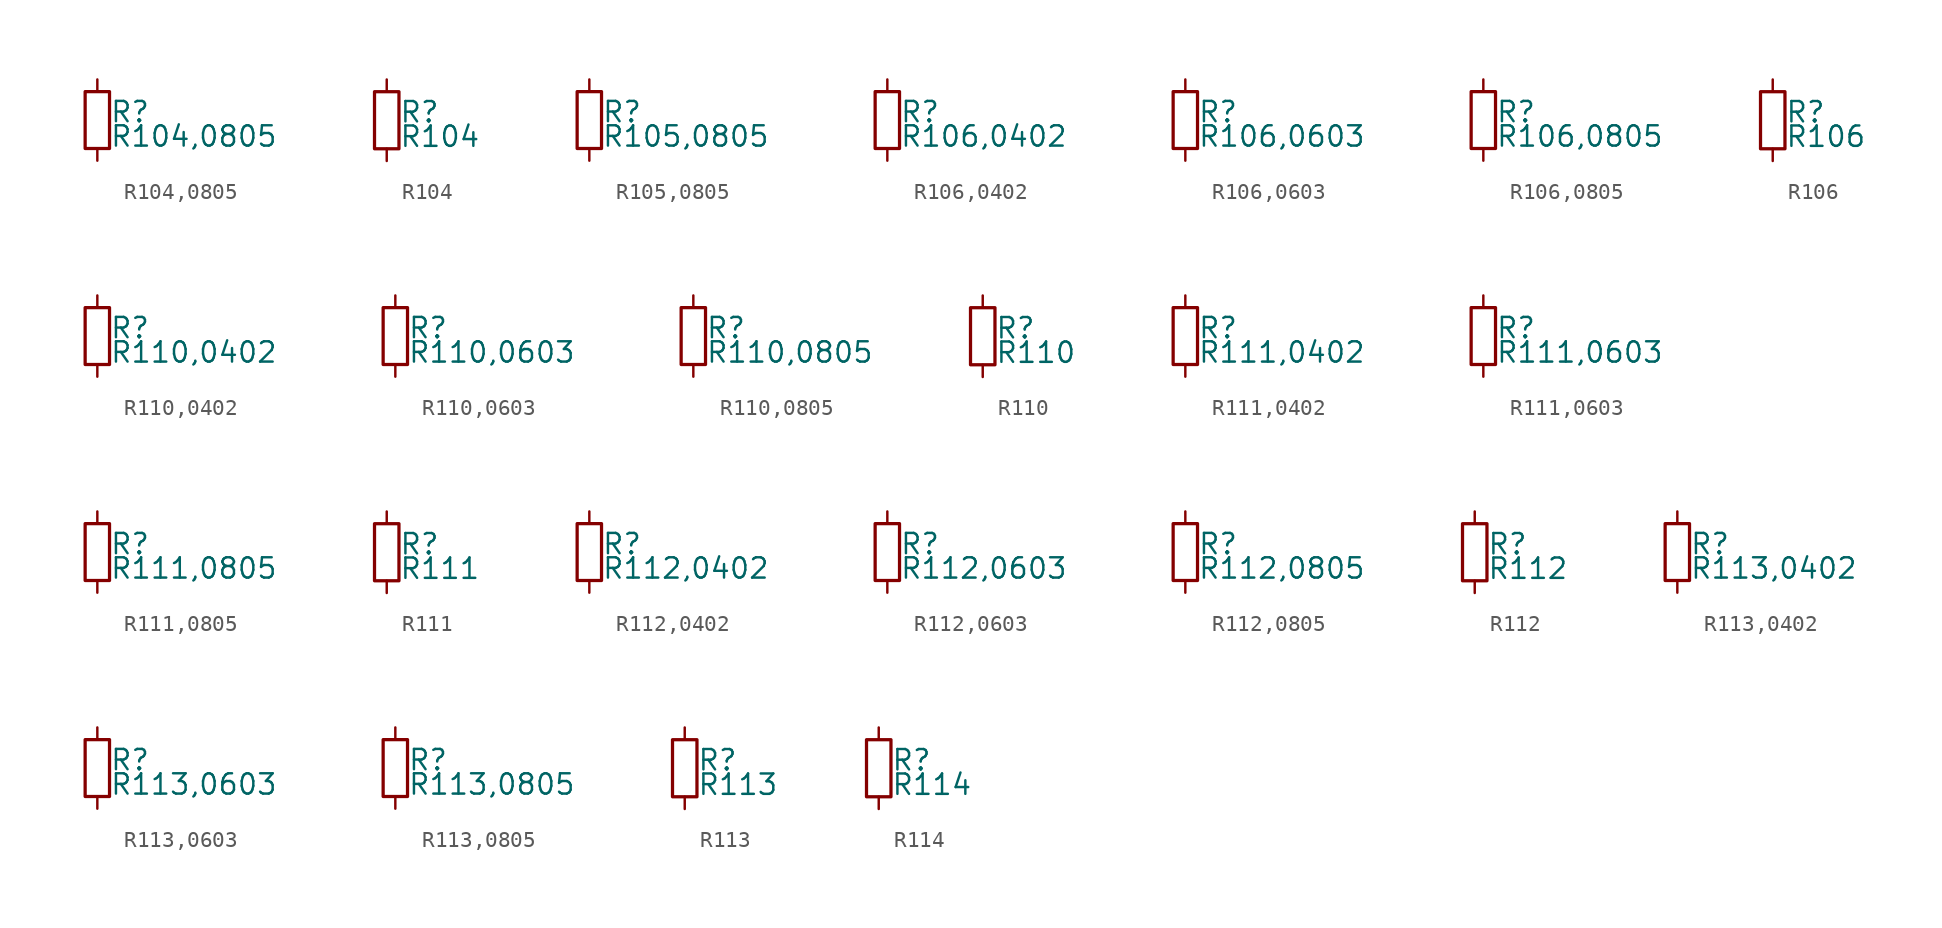
<source format=kicad_sym>
(kicad_symbol_lib
  (version 20211014)
  (generator kicad_symbol_editor)
  (symbol "R104,0805"
    (pin_numbers hide)
    (pin_names
      (offset 0.254) hide)
    (property "Reference" "R"
      (at 0.762 0.508 0)
      (effects (font (size 1.27 1.27)) (justify left)))
    (property "Value" "R104,0805"
      (at 0.762 -1.016 0)
      (effects (font (size 1.27 1.27)) (justify left)))
    (symbol "R104,0805_0_1"
      (rectangle (start -0.762 1.778) (end 0.762 -1.778) (stroke (width 0.203) (type default) (color 0 0 0 0)) (fill (type none))))
    (symbol "R104,0805_1_1"
      (pin passive line (at 0 2.54 270) (length 0.762) (name "~" (effects (font (size 1.27 1.27)))) (number "1" (effects (font (size 1.27 1.27)))))
      (pin passive line (at 0 -2.54 90) (length 0.762) (name "~" (effects (font (size 1.27 1.27)))) (number "2" (effects (font (size 1.27 1.27)))))))
  (symbol "R104"
    (pin_numbers hide)
    (pin_names
      (offset 0.254) hide)
    (property "Reference" "R"
      (at 0.762 0.508 0)
      (effects (font (size 1.27 1.27)) (justify left)))
    (property "Value" "R104"
      (at 0.762 -1.016 0)
      (effects (font (size 1.27 1.27)) (justify left)))
    (symbol "R104_0_1"
      (rectangle (start -0.762 1.778) (end 0.762 -1.778) (stroke (width 0.203) (type default) (color 0 0 0 0)) (fill (type none))))
    (symbol "R104_1_1"
      (pin passive line (at 0 2.54 270) (length 0.762) (name "~" (effects (font (size 1.27 1.27)))) (number "1" (effects (font (size 1.27 1.27)))))
      (pin passive line (at 0 -2.54 90) (length 0.762) (name "~" (effects (font (size 1.27 1.27)))) (number "2" (effects (font (size 1.27 1.27)))))))
  (symbol "R105,0805"
    (pin_numbers hide)
    (pin_names
      (offset 0.254) hide)
    (property "Reference" "R"
      (at 0.762 0.508 0)
      (effects (font (size 1.27 1.27)) (justify left)))
    (property "Value" "R105,0805"
      (at 0.762 -1.016 0)
      (effects (font (size 1.27 1.27)) (justify left)))
    (symbol "R105,0805_0_1"
      (rectangle (start -0.762 1.778) (end 0.762 -1.778) (stroke (width 0.203) (type default) (color 0 0 0 0)) (fill (type none))))
    (symbol "R105,0805_1_1"
      (pin passive line (at 0 2.54 270) (length 0.762) (name "~" (effects (font (size 1.27 1.27)))) (number "1" (effects (font (size 1.27 1.27)))))
      (pin passive line (at 0 -2.54 90) (length 0.762) (name "~" (effects (font (size 1.27 1.27)))) (number "2" (effects (font (size 1.27 1.27)))))))
  (symbol "R106,0402"
    (pin_numbers hide)
    (pin_names
      (offset 0.254) hide)
    (property "Reference" "R"
      (at 0.762 0.508 0)
      (effects (font (size 1.27 1.27)) (justify left)))
    (property "Value" "R106,0402"
      (at 0.762 -1.016 0)
      (effects (font (size 1.27 1.27)) (justify left)))
    (symbol "R106,0402_0_1"
      (rectangle (start -0.762 1.778) (end 0.762 -1.778) (stroke (width 0.203) (type default) (color 0 0 0 0)) (fill (type none))))
    (symbol "R106,0402_1_1"
      (pin passive line (at 0 2.54 270) (length 0.762) (name "~" (effects (font (size 1.27 1.27)))) (number "1" (effects (font (size 1.27 1.27)))))
      (pin passive line (at 0 -2.54 90) (length 0.762) (name "~" (effects (font (size 1.27 1.27)))) (number "2" (effects (font (size 1.27 1.27)))))))
  (symbol "R106,0603"
    (pin_numbers hide)
    (pin_names
      (offset 0.254) hide)
    (property "Reference" "R"
      (at 0.762 0.508 0)
      (effects (font (size 1.27 1.27)) (justify left)))
    (property "Value" "R106,0603"
      (at 0.762 -1.016 0)
      (effects (font (size 1.27 1.27)) (justify left)))
    (symbol "R106,0603_0_1"
      (rectangle (start -0.762 1.778) (end 0.762 -1.778) (stroke (width 0.203) (type default) (color 0 0 0 0)) (fill (type none))))
    (symbol "R106,0603_1_1"
      (pin passive line (at 0 2.54 270) (length 0.762) (name "~" (effects (font (size 1.27 1.27)))) (number "1" (effects (font (size 1.27 1.27)))))
      (pin passive line (at 0 -2.54 90) (length 0.762) (name "~" (effects (font (size 1.27 1.27)))) (number "2" (effects (font (size 1.27 1.27)))))))
  (symbol "R106,0805"
    (pin_numbers hide)
    (pin_names
      (offset 0.254) hide)
    (property "Reference" "R"
      (at 0.762 0.508 0)
      (effects (font (size 1.27 1.27)) (justify left)))
    (property "Value" "R106,0805"
      (at 0.762 -1.016 0)
      (effects (font (size 1.27 1.27)) (justify left)))
    (symbol "R106,0805_0_1"
      (rectangle (start -0.762 1.778) (end 0.762 -1.778) (stroke (width 0.203) (type default) (color 0 0 0 0)) (fill (type none))))
    (symbol "R106,0805_1_1"
      (pin passive line (at 0 2.54 270) (length 0.762) (name "~" (effects (font (size 1.27 1.27)))) (number "1" (effects (font (size 1.27 1.27)))))
      (pin passive line (at 0 -2.54 90) (length 0.762) (name "~" (effects (font (size 1.27 1.27)))) (number "2" (effects (font (size 1.27 1.27)))))))
  (symbol "R106"
    (pin_numbers hide)
    (pin_names
      (offset 0.254) hide)
    (property "Reference" "R"
      (at 0.762 0.508 0)
      (effects (font (size 1.27 1.27)) (justify left)))
    (property "Value" "R106"
      (at 0.762 -1.016 0)
      (effects (font (size 1.27 1.27)) (justify left)))
    (symbol "R106_0_1"
      (rectangle (start -0.762 1.778) (end 0.762 -1.778) (stroke (width 0.203) (type default) (color 0 0 0 0)) (fill (type none))))
    (symbol "R106_1_1"
      (pin passive line (at 0 2.54 270) (length 0.762) (name "~" (effects (font (size 1.27 1.27)))) (number "1" (effects (font (size 1.27 1.27)))))
      (pin passive line (at 0 -2.54 90) (length 0.762) (name "~" (effects (font (size 1.27 1.27)))) (number "2" (effects (font (size 1.27 1.27)))))))
  (symbol "R110,0402"
    (pin_numbers hide)
    (pin_names
      (offset 0.254) hide)
    (property "Reference" "R"
      (at 0.762 0.508 0)
      (effects (font (size 1.27 1.27)) (justify left)))
    (property "Value" "R110,0402"
      (at 0.762 -1.016 0)
      (effects (font (size 1.27 1.27)) (justify left)))
    (symbol "R110,0402_0_1"
      (rectangle (start -0.762 1.778) (end 0.762 -1.778) (stroke (width 0.203) (type default) (color 0 0 0 0)) (fill (type none))))
    (symbol "R110,0402_1_1"
      (pin passive line (at 0 2.54 270) (length 0.762) (name "~" (effects (font (size 1.27 1.27)))) (number "1" (effects (font (size 1.27 1.27)))))
      (pin passive line (at 0 -2.54 90) (length 0.762) (name "~" (effects (font (size 1.27 1.27)))) (number "2" (effects (font (size 1.27 1.27)))))))
  (symbol "R110,0603"
    (pin_numbers hide)
    (pin_names
      (offset 0.254) hide)
    (property "Reference" "R"
      (at 0.762 0.508 0)
      (effects (font (size 1.27 1.27)) (justify left)))
    (property "Value" "R110,0603"
      (at 0.762 -1.016 0)
      (effects (font (size 1.27 1.27)) (justify left)))
    (symbol "R110,0603_0_1"
      (rectangle (start -0.762 1.778) (end 0.762 -1.778) (stroke (width 0.203) (type default) (color 0 0 0 0)) (fill (type none))))
    (symbol "R110,0603_1_1"
      (pin passive line (at 0 2.54 270) (length 0.762) (name "~" (effects (font (size 1.27 1.27)))) (number "1" (effects (font (size 1.27 1.27)))))
      (pin passive line (at 0 -2.54 90) (length 0.762) (name "~" (effects (font (size 1.27 1.27)))) (number "2" (effects (font (size 1.27 1.27)))))))
  (symbol "R110,0805"
    (pin_numbers hide)
    (pin_names
      (offset 0.254) hide)
    (property "Reference" "R"
      (at 0.762 0.508 0)
      (effects (font (size 1.27 1.27)) (justify left)))
    (property "Value" "R110,0805"
      (at 0.762 -1.016 0)
      (effects (font (size 1.27 1.27)) (justify left)))
    (symbol "R110,0805_0_1"
      (rectangle (start -0.762 1.778) (end 0.762 -1.778) (stroke (width 0.203) (type default) (color 0 0 0 0)) (fill (type none))))
    (symbol "R110,0805_1_1"
      (pin passive line (at 0 2.54 270) (length 0.762) (name "~" (effects (font (size 1.27 1.27)))) (number "1" (effects (font (size 1.27 1.27)))))
      (pin passive line (at 0 -2.54 90) (length 0.762) (name "~" (effects (font (size 1.27 1.27)))) (number "2" (effects (font (size 1.27 1.27)))))))
  (symbol "R110"
    (pin_numbers hide)
    (pin_names
      (offset 0.254) hide)
    (property "Reference" "R"
      (at 0.762 0.508 0)
      (effects (font (size 1.27 1.27)) (justify left)))
    (property "Value" "R110"
      (at 0.762 -1.016 0)
      (effects (font (size 1.27 1.27)) (justify left)))
    (symbol "R110_0_1"
      (rectangle (start -0.762 1.778) (end 0.762 -1.778) (stroke (width 0.203) (type default) (color 0 0 0 0)) (fill (type none))))
    (symbol "R110_1_1"
      (pin passive line (at 0 2.54 270) (length 0.762) (name "~" (effects (font (size 1.27 1.27)))) (number "1" (effects (font (size 1.27 1.27)))))
      (pin passive line (at 0 -2.54 90) (length 0.762) (name "~" (effects (font (size 1.27 1.27)))) (number "2" (effects (font (size 1.27 1.27)))))))
  (symbol "R111,0402"
    (pin_numbers hide)
    (pin_names
      (offset 0.254) hide)
    (property "Reference" "R"
      (at 0.762 0.508 0)
      (effects (font (size 1.27 1.27)) (justify left)))
    (property "Value" "R111,0402"
      (at 0.762 -1.016 0)
      (effects (font (size 1.27 1.27)) (justify left)))
    (symbol "R111,0402_0_1"
      (rectangle (start -0.762 1.778) (end 0.762 -1.778) (stroke (width 0.203) (type default) (color 0 0 0 0)) (fill (type none))))
    (symbol "R111,0402_1_1"
      (pin passive line (at 0 2.54 270) (length 0.762) (name "~" (effects (font (size 1.27 1.27)))) (number "1" (effects (font (size 1.27 1.27)))))
      (pin passive line (at 0 -2.54 90) (length 0.762) (name "~" (effects (font (size 1.27 1.27)))) (number "2" (effects (font (size 1.27 1.27)))))))
  (symbol "R111,0603"
    (pin_numbers hide)
    (pin_names
      (offset 0.254) hide)
    (property "Reference" "R"
      (at 0.762 0.508 0)
      (effects (font (size 1.27 1.27)) (justify left)))
    (property "Value" "R111,0603"
      (at 0.762 -1.016 0)
      (effects (font (size 1.27 1.27)) (justify left)))
    (symbol "R111,0603_0_1"
      (rectangle (start -0.762 1.778) (end 0.762 -1.778) (stroke (width 0.203) (type default) (color 0 0 0 0)) (fill (type none))))
    (symbol "R111,0603_1_1"
      (pin passive line (at 0 2.54 270) (length 0.762) (name "~" (effects (font (size 1.27 1.27)))) (number "1" (effects (font (size 1.27 1.27)))))
      (pin passive line (at 0 -2.54 90) (length 0.762) (name "~" (effects (font (size 1.27 1.27)))) (number "2" (effects (font (size 1.27 1.27)))))))
  (symbol "R111,0805"
    (pin_numbers hide)
    (pin_names
      (offset 0.254) hide)
    (property "Reference" "R"
      (at 0.762 0.508 0)
      (effects (font (size 1.27 1.27)) (justify left)))
    (property "Value" "R111,0805"
      (at 0.762 -1.016 0)
      (effects (font (size 1.27 1.27)) (justify left)))
    (symbol "R111,0805_0_1"
      (rectangle (start -0.762 1.778) (end 0.762 -1.778) (stroke (width 0.203) (type default) (color 0 0 0 0)) (fill (type none))))
    (symbol "R111,0805_1_1"
      (pin passive line (at 0 2.54 270) (length 0.762) (name "~" (effects (font (size 1.27 1.27)))) (number "1" (effects (font (size 1.27 1.27)))))
      (pin passive line (at 0 -2.54 90) (length 0.762) (name "~" (effects (font (size 1.27 1.27)))) (number "2" (effects (font (size 1.27 1.27)))))))
  (symbol "R111"
    (pin_numbers hide)
    (pin_names
      (offset 0.254) hide)
    (property "Reference" "R"
      (at 0.762 0.508 0)
      (effects (font (size 1.27 1.27)) (justify left)))
    (property "Value" "R111"
      (at 0.762 -1.016 0)
      (effects (font (size 1.27 1.27)) (justify left)))
    (symbol "R111_0_1"
      (rectangle (start -0.762 1.778) (end 0.762 -1.778) (stroke (width 0.203) (type default) (color 0 0 0 0)) (fill (type none))))
    (symbol "R111_1_1"
      (pin passive line (at 0 2.54 270) (length 0.762) (name "~" (effects (font (size 1.27 1.27)))) (number "1" (effects (font (size 1.27 1.27)))))
      (pin passive line (at 0 -2.54 90) (length 0.762) (name "~" (effects (font (size 1.27 1.27)))) (number "2" (effects (font (size 1.27 1.27)))))))
  (symbol "R112,0402"
    (pin_numbers hide)
    (pin_names
      (offset 0.254) hide)
    (property "Reference" "R"
      (at 0.762 0.508 0)
      (effects (font (size 1.27 1.27)) (justify left)))
    (property "Value" "R112,0402"
      (at 0.762 -1.016 0)
      (effects (font (size 1.27 1.27)) (justify left)))
    (symbol "R112,0402_0_1"
      (rectangle (start -0.762 1.778) (end 0.762 -1.778) (stroke (width 0.203) (type default) (color 0 0 0 0)) (fill (type none))))
    (symbol "R112,0402_1_1"
      (pin passive line (at 0 2.54 270) (length 0.762) (name "~" (effects (font (size 1.27 1.27)))) (number "1" (effects (font (size 1.27 1.27)))))
      (pin passive line (at 0 -2.54 90) (length 0.762) (name "~" (effects (font (size 1.27 1.27)))) (number "2" (effects (font (size 1.27 1.27)))))))
  (symbol "R112,0603"
    (pin_numbers hide)
    (pin_names
      (offset 0.254) hide)
    (property "Reference" "R"
      (at 0.762 0.508 0)
      (effects (font (size 1.27 1.27)) (justify left)))
    (property "Value" "R112,0603"
      (at 0.762 -1.016 0)
      (effects (font (size 1.27 1.27)) (justify left)))
    (symbol "R112,0603_0_1"
      (rectangle (start -0.762 1.778) (end 0.762 -1.778) (stroke (width 0.203) (type default) (color 0 0 0 0)) (fill (type none))))
    (symbol "R112,0603_1_1"
      (pin passive line (at 0 2.54 270) (length 0.762) (name "~" (effects (font (size 1.27 1.27)))) (number "1" (effects (font (size 1.27 1.27)))))
      (pin passive line (at 0 -2.54 90) (length 0.762) (name "~" (effects (font (size 1.27 1.27)))) (number "2" (effects (font (size 1.27 1.27)))))))
  (symbol "R112,0805"
    (pin_numbers hide)
    (pin_names
      (offset 0.254) hide)
    (property "Reference" "R"
      (at 0.762 0.508 0)
      (effects (font (size 1.27 1.27)) (justify left)))
    (property "Value" "R112,0805"
      (at 0.762 -1.016 0)
      (effects (font (size 1.27 1.27)) (justify left)))
    (symbol "R112,0805_0_1"
      (rectangle (start -0.762 1.778) (end 0.762 -1.778) (stroke (width 0.203) (type default) (color 0 0 0 0)) (fill (type none))))
    (symbol "R112,0805_1_1"
      (pin passive line (at 0 2.54 270) (length 0.762) (name "~" (effects (font (size 1.27 1.27)))) (number "1" (effects (font (size 1.27 1.27)))))
      (pin passive line (at 0 -2.54 90) (length 0.762) (name "~" (effects (font (size 1.27 1.27)))) (number "2" (effects (font (size 1.27 1.27)))))))
  (symbol "R112"
    (pin_numbers hide)
    (pin_names
      (offset 0.254) hide)
    (property "Reference" "R"
      (at 0.762 0.508 0)
      (effects (font (size 1.27 1.27)) (justify left)))
    (property "Value" "R112"
      (at 0.762 -1.016 0)
      (effects (font (size 1.27 1.27)) (justify left)))
    (symbol "R112_0_1"
      (rectangle (start -0.762 1.778) (end 0.762 -1.778) (stroke (width 0.203) (type default) (color 0 0 0 0)) (fill (type none))))
    (symbol "R112_1_1"
      (pin passive line (at 0 2.54 270) (length 0.762) (name "~" (effects (font (size 1.27 1.27)))) (number "1" (effects (font (size 1.27 1.27)))))
      (pin passive line (at 0 -2.54 90) (length 0.762) (name "~" (effects (font (size 1.27 1.27)))) (number "2" (effects (font (size 1.27 1.27)))))))
  (symbol "R113,0402"
    (pin_numbers hide)
    (pin_names
      (offset 0.254) hide)
    (property "Reference" "R"
      (at 0.762 0.508 0)
      (effects (font (size 1.27 1.27)) (justify left)))
    (property "Value" "R113,0402"
      (at 0.762 -1.016 0)
      (effects (font (size 1.27 1.27)) (justify left)))
    (symbol "R113,0402_0_1"
      (rectangle (start -0.762 1.778) (end 0.762 -1.778) (stroke (width 0.203) (type default) (color 0 0 0 0)) (fill (type none))))
    (symbol "R113,0402_1_1"
      (pin passive line (at 0 2.54 270) (length 0.762) (name "~" (effects (font (size 1.27 1.27)))) (number "1" (effects (font (size 1.27 1.27)))))
      (pin passive line (at 0 -2.54 90) (length 0.762) (name "~" (effects (font (size 1.27 1.27)))) (number "2" (effects (font (size 1.27 1.27)))))))
  (symbol "R113,0603"
    (pin_numbers hide)
    (pin_names
      (offset 0.254) hide)
    (property "Reference" "R"
      (at 0.762 0.508 0)
      (effects (font (size 1.27 1.27)) (justify left)))
    (property "Value" "R113,0603"
      (at 0.762 -1.016 0)
      (effects (font (size 1.27 1.27)) (justify left)))
    (symbol "R113,0603_0_1"
      (rectangle (start -0.762 1.778) (end 0.762 -1.778) (stroke (width 0.203) (type default) (color 0 0 0 0)) (fill (type none))))
    (symbol "R113,0603_1_1"
      (pin passive line (at 0 2.54 270) (length 0.762) (name "~" (effects (font (size 1.27 1.27)))) (number "1" (effects (font (size 1.27 1.27)))))
      (pin passive line (at 0 -2.54 90) (length 0.762) (name "~" (effects (font (size 1.27 1.27)))) (number "2" (effects (font (size 1.27 1.27)))))))
  (symbol "R113,0805"
    (pin_numbers hide)
    (pin_names
      (offset 0.254) hide)
    (property "Reference" "R"
      (at 0.762 0.508 0)
      (effects (font (size 1.27 1.27)) (justify left)))
    (property "Value" "R113,0805"
      (at 0.762 -1.016 0)
      (effects (font (size 1.27 1.27)) (justify left)))
    (symbol "R113,0805_0_1"
      (rectangle (start -0.762 1.778) (end 0.762 -1.778) (stroke (width 0.203) (type default) (color 0 0 0 0)) (fill (type none))))
    (symbol "R113,0805_1_1"
      (pin passive line (at 0 2.54 270) (length 0.762) (name "~" (effects (font (size 1.27 1.27)))) (number "1" (effects (font (size 1.27 1.27)))))
      (pin passive line (at 0 -2.54 90) (length 0.762) (name "~" (effects (font (size 1.27 1.27)))) (number "2" (effects (font (size 1.27 1.27)))))))
  (symbol "R113"
    (pin_numbers hide)
    (pin_names
      (offset 0.254) hide)
    (property "Reference" "R"
      (at 0.762 0.508 0)
      (effects (font (size 1.27 1.27)) (justify left)))
    (property "Value" "R113"
      (at 0.762 -1.016 0)
      (effects (font (size 1.27 1.27)) (justify left)))
    (symbol "R113_0_1"
      (rectangle (start -0.762 1.778) (end 0.762 -1.778) (stroke (width 0.203) (type default) (color 0 0 0 0)) (fill (type none))))
    (symbol "R113_1_1"
      (pin passive line (at 0 2.54 270) (length 0.762) (name "~" (effects (font (size 1.27 1.27)))) (number "1" (effects (font (size 1.27 1.27)))))
      (pin passive line (at 0 -2.54 90) (length 0.762) (name "~" (effects (font (size 1.27 1.27)))) (number "2" (effects (font (size 1.27 1.27)))))))
  (symbol "R114"
    (pin_numbers hide)
    (pin_names
      (offset 0.254) hide)
    (property "Reference" "R"
      (at 0.762 0.508 0)
      (effects (font (size 1.27 1.27)) (justify left)))
    (property "Value" "R114"
      (at 0.762 -1.016 0)
      (effects (font (size 1.27 1.27)) (justify left)))
    (symbol "R114_0_1"
      (rectangle (start -0.762 1.778) (end 0.762 -1.778) (stroke (width 0.203) (type default) (color 0 0 0 0)) (fill (type none))))
    (symbol "R114_1_1"
      (pin passive line (at 0 2.54 270) (length 0.762) (name "~" (effects (font (size 1.27 1.27)))) (number "1" (effects (font (size 1.27 1.27)))))
      (pin passive line (at 0 -2.54 90) (length 0.762) (name "~" (effects (font (size 1.27 1.27)))) (number "2" (effects (font (size 1.27 1.27))))))))
</source>
